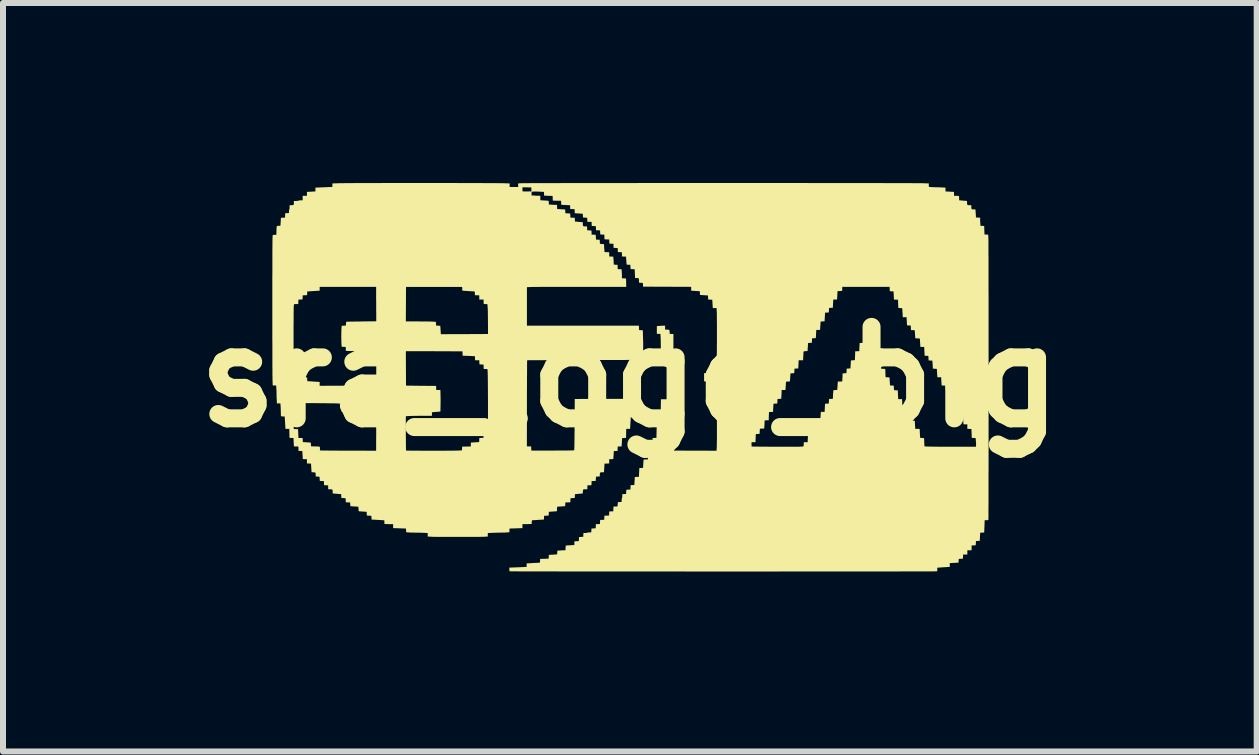
<source format=kicad_pcb>
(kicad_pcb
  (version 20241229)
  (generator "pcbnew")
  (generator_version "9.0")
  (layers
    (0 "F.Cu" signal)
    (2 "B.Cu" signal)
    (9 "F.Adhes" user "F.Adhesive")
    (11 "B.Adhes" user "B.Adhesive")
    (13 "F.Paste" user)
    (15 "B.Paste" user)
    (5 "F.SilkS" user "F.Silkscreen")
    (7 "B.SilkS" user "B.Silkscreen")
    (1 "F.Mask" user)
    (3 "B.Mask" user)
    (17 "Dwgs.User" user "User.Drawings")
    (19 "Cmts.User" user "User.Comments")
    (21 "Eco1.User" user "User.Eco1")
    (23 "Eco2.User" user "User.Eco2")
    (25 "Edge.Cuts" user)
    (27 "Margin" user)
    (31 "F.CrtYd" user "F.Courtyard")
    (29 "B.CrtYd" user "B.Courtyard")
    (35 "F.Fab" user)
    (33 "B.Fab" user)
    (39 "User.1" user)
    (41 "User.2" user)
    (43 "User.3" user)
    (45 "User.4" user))
  (footprint "sra_logo_big"
    (layer "F.Cu")
    (at 7.446 3.232)
    (property "Reference" "sra_logo_big" (at 0 0 0) (layer "F.SilkS") (effects (font (size 1.524 1.524) (thickness 0.3))))
    (attr board_only exclude_from_pos_files exclude_from_bom)
    (fp_poly (pts (xy 0.587 -0.789) (xy 0.619 -0.789) (xy 0.637 -0.788) (xy 0.651 -0.786) (xy 0.656 -0.783) (xy 0.66 -0.775) (xy 0.662 -0.76) (xy 0.663 -0.748) (xy 0.663 -0.719) (xy 0.694 -0.717) (xy 0.726 -0.716) (xy 0.726 -0.432) (xy 0.692 -0.431) (xy 0.658 -0.429) (xy 0.658 -0.349) (xy 0.636 -0.349) (xy 0.62 -0.349) (xy 0.599 -0.348) (xy 0.575 -0.346) (xy 0.569 -0.346) (xy 0.548 -0.345) (xy 0.532 -0.345) (xy 0.521 -0.346) (xy 0.52 -0.347) (xy 0.519 -0.353) (xy 0.518 -0.367) (xy 0.517 -0.389) (xy 0.516 -0.417) (xy 0.516 -0.45) (xy 0.516 -0.481) (xy 0.516 -0.519) (xy 0.515 -0.558) (xy 0.515 -0.595) (xy 0.514 -0.627) (xy 0.513 -0.653) (xy 0.513 -0.664) (xy 0.509 -0.718) (xy 0.45 -0.718) (xy 0.45 -0.848) (xy 0.496 -0.851) (xy 0.52 -0.853) (xy 0.543 -0.854) (xy 0.561 -0.855) (xy 0.565 -0.855) (xy 0.587 -0.855)) (stroke (width 0) (type solid)) (fill yes) (layer "F.SilkS"))
    (fp_poly (pts (xy -3.401 -3.232) (xy -3.296 -3.232) (xy -3.192 -3.232) (xy -3.09 -3.232) (xy -2.99 -3.232) (xy -2.892 -3.232) (xy -2.798 -3.231) (xy -2.707 -3.231) (xy -2.621 -3.231) (xy -2.539 -3.231) (xy -2.463 -3.231) (xy -2.392 -3.23) (xy -2.328 -3.23) (xy -2.272 -3.23) (xy -2.222 -3.23) (xy -2.181 -3.229) (xy -2.148 -3.229) (xy -2.125 -3.229) (xy -2.115 -3.229) (xy -2.003 -3.225) (xy -2.003 -3.166) (xy -1.861 -3.166) (xy -1.861 -3.225) (xy -1.804 -3.229) (xy -1.796 -3.229) (xy -1.777 -3.229) (xy -1.749 -3.229) (xy -1.712 -3.229) (xy -1.666 -3.23) (xy -1.612 -3.23) (xy -1.55 -3.23) (xy -1.479 -3.23) (xy -1.402 -3.23) (xy -1.317 -3.23) (xy -1.225 -3.23) (xy -1.126 -3.231) (xy -1.022 -3.231) (xy -0.912 -3.231) (xy -0.796 -3.231) (xy -0.674 -3.231) (xy -0.548 -3.231) (xy -0.418 -3.231) (xy -0.283 -3.231) (xy -0.144 -3.231) (xy -0.002 -3.231) (xy 0.143 -3.232) (xy 0.292 -3.232) (xy 0.443 -3.232) (xy 0.596 -3.232) (xy 0.752 -3.232) (xy 0.908 -3.232) (xy 1.067 -3.232) (xy 1.226 -3.232) (xy 1.385 -3.232) (xy 1.546 -3.232) (xy 1.706 -3.232) (xy 1.865 -3.232) (xy 2.024 -3.232) (xy 2.182 -3.232) (xy 2.339 -3.232) (xy 2.494 -3.232) (xy 2.647 -3.232) (xy 2.798 -3.232) (xy 2.946 -3.232) (xy 3.091 -3.231) (xy 3.233 -3.231) (xy 3.371 -3.231) (xy 3.505 -3.231) (xy 3.635 -3.231) (xy 3.76 -3.231) (xy 3.881 -3.231) (xy 3.996 -3.231) (xy 4.106 -3.231) (xy 4.209 -3.231) (xy 4.307 -3.23) (xy 4.398 -3.23) (xy 4.482 -3.23) (xy 4.559 -3.23) (xy 4.628 -3.23) (xy 4.689 -3.23) (xy 4.742 -3.229) (xy 4.787 -3.229) (xy 4.823 -3.229) (xy 4.85 -3.229) (xy 4.867 -3.229) (xy 4.872 -3.229) (xy 4.982 -3.225) (xy 4.982 -3.168) (xy 5.031 -3.164) (xy 5.059 -3.163) (xy 5.088 -3.162) (xy 5.115 -3.161) (xy 5.121 -3.161) (xy 5.145 -3.161) (xy 5.175 -3.16) (xy 5.203 -3.158) (xy 5.211 -3.158) (xy 5.26 -3.155) (xy 5.26 -3.092) (xy 5.331 -3.088) (xy 5.402 -3.084) (xy 5.402 -3.02) (xy 5.443 -3.018) (xy 5.485 -3.017) (xy 5.487 -2.981) (xy 5.488 -2.944) (xy 5.521 -2.942) (xy 5.545 -2.939) (xy 5.572 -2.937) (xy 5.586 -2.936) (xy 5.619 -2.933) (xy 5.619 -2.904) (xy 5.62 -2.887) (xy 5.623 -2.874) (xy 5.625 -2.869) (xy 5.633 -2.865) (xy 5.648 -2.863) (xy 5.661 -2.863) (xy 5.69 -2.863) (xy 5.69 -2.833) (xy 5.691 -2.816) (xy 5.694 -2.803) (xy 5.696 -2.798) (xy 5.704 -2.795) (xy 5.719 -2.792) (xy 5.731 -2.792) (xy 5.759 -2.792) (xy 5.764 -2.725) (xy 5.768 -2.658) (xy 5.802 -2.656) (xy 5.837 -2.655) (xy 5.837 -2.633) (xy 5.837 -2.618) (xy 5.838 -2.597) (xy 5.839 -2.573) (xy 5.84 -2.565) (xy 5.843 -2.519) (xy 5.874 -2.518) (xy 5.905 -2.516) (xy 5.907 -2.445) (xy 5.91 -2.375) (xy 5.941 -2.373) (xy 5.972 -2.372) (xy 5.975 -2.315) (xy 5.975 -2.306) (xy 5.975 -2.287) (xy 5.976 -2.259) (xy 5.976 -2.223) (xy 5.976 -2.178) (xy 5.976 -2.124) (xy 5.976 -2.064) (xy 5.977 -1.995) (xy 5.977 -1.92) (xy 5.977 -1.839) (xy 5.977 -1.751) (xy 5.977 -1.658) (xy 5.977 -1.559) (xy 5.977 -1.455) (xy 5.978 -1.347) (xy 5.978 -1.234) (xy 5.978 -1.118) (xy 5.978 -0.998) (xy 5.978 -0.875) (xy 5.978 -0.749) (xy 5.978 -0.621) (xy 5.978 -0.491) (xy 5.978 -0.36) (xy 5.978 -0.228) (xy 5.978 -0.094) (xy 5.978 0.039) (xy 5.978 0.173) (xy 5.978 0.306) (xy 5.978 0.438) (xy 5.978 0.569) (xy 5.978 0.699) (xy 5.978 0.827) (xy 5.978 0.952) (xy 5.978 1.074) (xy 5.978 1.194) (xy 5.978 1.31) (xy 5.978 1.422) (xy 5.978 1.53) (xy 5.977 1.633) (xy 5.977 1.732) (xy 5.977 1.824) (xy 5.977 1.911) (xy 5.977 1.992) (xy 5.977 2.067) (xy 5.977 2.134) (xy 5.976 2.194) (xy 5.976 2.246) (xy 5.976 2.291) (xy 5.976 2.326) (xy 5.976 2.353) (xy 5.975 2.371) (xy 5.975 2.379) (xy 5.975 2.379) (xy 5.97 2.384) (xy 5.96 2.387) (xy 5.942 2.387) (xy 5.913 2.387) (xy 5.912 2.411) (xy 5.911 2.425) (xy 5.911 2.446) (xy 5.91 2.472) (xy 5.909 2.501) (xy 5.908 2.514) (xy 5.905 2.592) (xy 5.871 2.594) (xy 5.838 2.595) (xy 5.831 2.731) (xy 5.799 2.732) (xy 5.768 2.734) (xy 5.766 2.769) (xy 5.763 2.805) (xy 5.729 2.806) (xy 5.695 2.808) (xy 5.695 2.888) (xy 5.624 2.888) (xy 5.624 2.959) (xy 5.554 2.959) (xy 5.552 2.993) (xy 5.551 3.027) (xy 5.515 3.03) (xy 5.48 3.032) (xy 5.479 3.063) (xy 5.477 3.094) (xy 5.404 3.098) (xy 5.331 3.102) (xy 5.331 3.165) (xy 5.276 3.168) (xy 5.247 3.17) (xy 5.214 3.172) (xy 5.183 3.174) (xy 5.173 3.175) (xy 5.123 3.178) (xy 5.123 3.207) (xy 5.123 3.225) (xy 5.12 3.235) (xy 5.115 3.239) (xy 5.11 3.239) (xy 5.095 3.239) (xy 5.07 3.239) (xy 5.036 3.24) (xy 4.993 3.24) (xy 4.942 3.24) (xy 4.882 3.24) (xy 4.815 3.24) (xy 4.74 3.24) (xy 4.657 3.24) (xy 4.568 3.24) (xy 4.472 3.241) (xy 4.369 3.241) (xy 4.261 3.241) (xy 4.146 3.241) (xy 4.027 3.241) (xy 3.902 3.241) (xy 3.772 3.241) (xy 3.638 3.241) (xy 3.5 3.241) (xy 3.357 3.241) (xy 3.212 3.241) (xy 3.063 3.241) (xy 2.911 3.241) (xy 2.756 3.241) (xy 2.599 3.241) (xy 2.44 3.242) (xy 2.279 3.242) (xy 2.117 3.242) (xy 1.954 3.242) (xy 1.791 3.242) (xy 1.626 3.242) (xy 1.462 3.242) (xy 1.298 3.242) (xy 1.134 3.242) (xy 0.971 3.242) (xy 0.809 3.241) (xy 0.649 3.241) (xy 0.49 3.241) (xy 0.334 3.241) (xy 0.179 3.241) (xy 0.028 3.241) (xy -0.121 3.241) (xy -0.266 3.241) (xy -0.408 3.241) (xy -0.545 3.241) (xy -0.679 3.241) (xy -0.808 3.241) (xy -0.932 3.241) (xy -1.051 3.241) (xy -1.164 3.241) (xy -1.272 3.24) (xy -1.373 3.24) (xy -1.468 3.24) (xy -1.557 3.24) (xy -1.638 3.24) (xy -1.712 3.24) (xy -1.778 3.24) (xy -1.837 3.24) (xy -1.887 3.239) (xy -1.928 3.239) (xy -1.961 3.239) (xy -1.984 3.239) (xy -1.998 3.239) (xy -2.002 3.239) (xy -2.006 3.232) (xy -2.008 3.216) (xy -2.008 3.207) (xy -2.008 3.177) (xy -1.928 3.174) (xy -1.894 3.173) (xy -1.856 3.171) (xy -1.82 3.17) (xy -1.789 3.168) (xy -1.784 3.168) (xy -1.72 3.165) (xy -1.72 3.107) (xy -1.62 3.101) (xy -1.588 3.099) (xy -1.56 3.098) (xy -1.536 3.097) (xy -1.518 3.096) (xy -1.509 3.095) (xy -1.509 3.095) (xy -1.503 3.094) (xy -1.499 3.09) (xy -1.497 3.08) (xy -1.496 3.064) (xy -1.495 3.032) (xy -1.424 3.03) (xy -1.353 3.027) (xy -1.351 2.996) (xy -1.35 2.965) (xy -1.281 2.961) (xy -1.211 2.956) (xy -1.21 2.925) (xy -1.208 2.895) (xy -1.162 2.891) (xy -1.139 2.89) (xy -1.116 2.889) (xy -1.098 2.888) (xy -1.094 2.888) (xy -1.073 2.888) (xy -1.071 2.849) (xy -1.07 2.828) (xy -1.068 2.815) (xy -1.065 2.81) (xy -1.062 2.809) (xy -1.054 2.808) (xy -1.039 2.807) (xy -1.017 2.806) (xy -0.993 2.804) (xy -0.99 2.804) (xy -0.926 2.801) (xy -0.923 2.739) (xy -0.887 2.737) (xy -0.85 2.736) (xy -0.849 2.702) (xy -0.847 2.668) (xy -0.812 2.665) (xy -0.776 2.663) (xy -0.775 2.631) (xy -0.773 2.6) (xy -0.741 2.6) (xy -0.724 2.599) (xy -0.711 2.597) (xy -0.706 2.595) (xy -0.699 2.592) (xy -0.686 2.59) (xy -0.673 2.59) (xy -0.643 2.59) (xy -0.641 2.558) (xy -0.64 2.526) (xy -0.569 2.521) (xy -0.568 2.487) (xy -0.566 2.453) (xy -0.532 2.452) (xy -0.498 2.45) (xy -0.497 2.417) (xy -0.495 2.383) (xy -0.461 2.381) (xy -0.427 2.38) (xy -0.424 2.312) (xy -0.346 2.309) (xy -0.345 2.275) (xy -0.343 2.241) (xy -0.31 2.24) (xy -0.276 2.238) (xy -0.273 2.16) (xy -0.205 2.157) (xy -0.2 2.086) (xy -0.137 2.083) (xy -0.137 2.054) (xy -0.136 2.037) (xy -0.134 2.025) (xy -0.132 2.021) (xy -0.129 2.014) (xy -0.127 2.001) (xy -0.126 1.985) (xy -0.126 1.953) (xy -0.095 1.951) (xy -0.063 1.95) (xy -0.061 1.914) (xy -0.058 1.879) (xy -0.024 1.877) (xy 0.01 1.876) (xy 0.011 1.84) (xy 0.013 1.803) (xy 0.044 1.802) (xy 0.075 1.8) (xy 0.079 1.733) (xy 0.083 1.667) (xy 0.151 1.664) (xy 0.158 1.518) (xy 0.189 1.516) (xy 0.22 1.515) (xy 0.224 1.445) (xy 0.229 1.376) (xy 0.265 1.375) (xy 0.301 1.373) (xy 0.303 1.302) (xy 0.306 1.232) (xy 0.339 1.229) (xy 0.372 1.227) (xy 0.375 1.146) (xy 0.376 1.116) (xy 0.377 1.088) (xy 0.378 1.064) (xy 0.378 1.046) (xy 0.379 1.041) (xy 0.379 1.017) (xy 0.411 1.016) (xy 0.443 1.014) (xy 0.446 0.89) (xy 0.447 0.854) (xy 0.447 0.821) (xy 0.448 0.791) (xy 0.449 0.767) (xy 0.449 0.751) (xy 0.449 0.745) (xy 0.45 0.723) (xy 0.48 0.723) (xy 0.497 0.723) (xy 0.506 0.722) (xy 0.51 0.718) (xy 0.511 0.711) (xy 0.512 0.709) (xy 0.512 0.701) (xy 0.512 0.684) (xy 0.513 0.659) (xy 0.513 0.629) (xy 0.514 0.593) (xy 0.515 0.554) (xy 0.515 0.534) (xy 0.518 0.372) (xy 0.655 0.372) (xy 0.656 0.406) (xy 0.658 0.44) (xy 0.692 0.441) (xy 0.726 0.443) (xy 0.728 0.835) (xy 0.731 1.227) (xy 1.445 1.229) (xy 1.448 1.175) (xy 1.449 1.16) (xy 1.449 1.158) (xy 2.028 1.158) (xy 2.062 1.16) (xy 2.073 1.16) (xy 2.092 1.16) (xy 2.121 1.16) (xy 2.156 1.161) (xy 2.199 1.161) (xy 2.247 1.161) (xy 2.3 1.162) (xy 2.357 1.162) (xy 2.418 1.162) (xy 2.481 1.162) (xy 2.491 1.162) (xy 2.568 1.162) (xy 2.635 1.163) (xy 2.693 1.162) (xy 2.742 1.162) (xy 2.784 1.162) (xy 2.818 1.162) (xy 2.845 1.161) (xy 2.865 1.16) (xy 2.879 1.159) (xy 2.888 1.158) (xy 2.892 1.157) (xy 2.892 1.157) (xy 2.895 1.149) (xy 2.898 1.134) (xy 2.898 1.119) (xy 2.898 1.087) (xy 2.963 1.087) (xy 2.966 1.019) (xy 2.97 0.951) (xy 3.001 0.95) (xy 3.032 0.948) (xy 3.034 0.907) (xy 3.035 0.865) (xy 3.099 0.865) (xy 3.104 0.795) (xy 3.108 0.726) (xy 3.174 0.721) (xy 3.178 0.651) (xy 3.183 0.582) (xy 3.246 0.582) (xy 3.249 0.514) (xy 3.253 0.446) (xy 3.315 0.443) (xy 3.32 0.367) (xy 3.352 0.365) (xy 3.383 0.364) (xy 3.386 0.299) (xy 3.387 0.274) (xy 3.389 0.253) (xy 3.39 0.236) (xy 3.39 0.228) (xy 3.39 0.228) (xy 3.394 0.223) (xy 3.405 0.22) (xy 3.424 0.217) (xy 3.457 0.215) (xy 3.461 0.145) (xy 3.466 0.076) (xy 3.539 0.076) (xy 3.543 0.008) (xy 3.546 -0.06) (xy 3.578 -0.062) (xy 3.609 -0.063) (xy 3.614 -0.139) (xy 3.645 -0.141) (xy 3.676 -0.142) (xy 3.68 -0.209) (xy 3.685 -0.276) (xy 3.717 -0.278) (xy 3.75 -0.281) (xy 3.753 -0.354) (xy 3.755 -0.427) (xy 3.79 -0.429) (xy 3.824 -0.43) (xy 3.824 -0.452) (xy 3.824 -0.467) (xy 3.825 -0.489) (xy 3.826 -0.512) (xy 3.827 -0.52) (xy 3.83 -0.566) (xy 3.861 -0.568) (xy 3.892 -0.569) (xy 3.897 -0.64) (xy 3.963 -0.64) (xy 3.965 -0.572) (xy 3.968 -0.503) (xy 4.001 -0.501) (xy 4.034 -0.498) (xy 4.038 -0.426) (xy 4.042 -0.354) (xy 4.073 -0.353) (xy 4.104 -0.352) (xy 4.109 -0.276) (xy 4.182 -0.273) (xy 4.185 -0.205) (xy 4.189 -0.137) (xy 4.223 -0.136) (xy 4.256 -0.134) (xy 4.259 -0.066) (xy 4.261 0.003) (xy 4.327 0.008) (xy 4.331 0.074) (xy 4.336 0.141) (xy 4.367 0.143) (xy 4.398 0.144) (xy 4.4 0.182) (xy 4.403 0.22) (xy 4.434 0.222) (xy 4.465 0.223) (xy 4.468 0.296) (xy 4.472 0.369) (xy 4.536 0.369) (xy 4.54 0.439) (xy 4.544 0.508) (xy 4.577 0.511) (xy 4.61 0.513) (xy 4.619 0.647) (xy 4.65 0.648) (xy 4.681 0.65) (xy 4.683 0.688) (xy 4.686 0.726) (xy 4.717 0.727) (xy 4.748 0.729) (xy 4.752 0.797) (xy 4.756 0.865) (xy 4.829 0.865) (xy 4.833 0.939) (xy 4.838 1.014) (xy 4.871 1.017) (xy 4.903 1.019) (xy 4.906 1.087) (xy 4.909 1.156) (xy 4.946 1.159) (xy 4.958 1.159) (xy 4.978 1.16) (xy 5.007 1.16) (xy 5.043 1.161) (xy 5.086 1.161) (xy 5.134 1.162) (xy 5.188 1.162) (xy 5.245 1.162) (xy 5.306 1.162) (xy 5.369 1.163) (xy 5.375 1.163) (xy 5.766 1.163) (xy 5.769 1.151) (xy 5.769 1.142) (xy 5.77 1.124) (xy 5.769 1.102) (xy 5.767 1.079) (xy 5.763 1.019) (xy 5.73 1.017) (xy 5.698 1.014) (xy 5.695 0.941) (xy 5.692 0.867) (xy 5.658 0.866) (xy 5.624 0.864) (xy 5.624 0.789) (xy 5.56 0.789) (xy 5.555 0.719) (xy 5.551 0.65) (xy 5.52 0.648) (xy 5.489 0.647) (xy 5.48 0.513) (xy 5.404 0.508) (xy 5.402 0.44) (xy 5.399 0.372) (xy 5.332 0.369) (xy 5.325 0.223) (xy 5.294 0.222) (xy 5.263 0.22) (xy 5.26 0.182) (xy 5.258 0.144) (xy 5.227 0.143) (xy 5.196 0.141) (xy 5.193 0.095) (xy 5.191 0.071) (xy 5.19 0.049) (xy 5.189 0.031) (xy 5.189 0.027) (xy 5.189 0.005) (xy 5.125 0.005) (xy 5.12 -0.064) (xy 5.116 -0.134) (xy 5.083 -0.137) (xy 5.05 -0.139) (xy 5.046 -0.206) (xy 5.041 -0.273) (xy 5.01 -0.274) (xy 4.979 -0.276) (xy 4.974 -0.352) (xy 4.912 -0.354) (xy 4.909 -0.428) (xy 4.905 -0.501) (xy 4.842 -0.501) (xy 4.837 -0.57) (xy 4.833 -0.64) (xy 4.757 -0.645) (xy 4.752 -0.712) (xy 4.748 -0.778) (xy 4.717 -0.78) (xy 4.686 -0.781) (xy 4.683 -0.819) (xy 4.681 -0.857) (xy 4.619 -0.86) (xy 4.611 -0.996) (xy 4.548 -0.996) (xy 4.544 -1.071) (xy 4.539 -1.146) (xy 4.506 -1.148) (xy 4.474 -1.151) (xy 4.471 -1.219) (xy 4.469 -1.287) (xy 4.435 -1.289) (xy 4.401 -1.29) (xy 4.398 -1.358) (xy 4.394 -1.426) (xy 4.332 -1.429) (xy 4.33 -1.465) (xy 4.329 -1.502) (xy 3.541 -1.502) (xy 3.539 -1.468) (xy 3.538 -1.434) (xy 3.499 -1.432) (xy 3.461 -1.431) (xy 3.453 -1.29) (xy 3.39 -1.29) (xy 3.386 -1.222) (xy 3.383 -1.154) (xy 3.352 -1.152) (xy 3.32 -1.151) (xy 3.318 -1.113) (xy 3.315 -1.075) (xy 3.284 -1.073) (xy 3.253 -1.072) (xy 3.249 -1) (xy 3.245 -0.928) (xy 3.212 -0.926) (xy 3.179 -0.923) (xy 3.174 -0.853) (xy 3.17 -0.784) (xy 3.107 -0.784) (xy 3.103 -0.716) (xy 3.099 -0.648) (xy 3.068 -0.646) (xy 3.037 -0.645) (xy 3.032 -0.569) (xy 3.001 -0.568) (xy 2.97 -0.566) (xy 2.961 -0.432) (xy 2.929 -0.431) (xy 2.911 -0.429) (xy 2.899 -0.426) (xy 2.896 -0.423) (xy 2.895 -0.416) (xy 2.893 -0.401) (xy 2.892 -0.38) (xy 2.891 -0.355) (xy 2.89 -0.348) (xy 2.887 -0.278) (xy 2.813 -0.278) (xy 2.81 -0.21) (xy 2.806 -0.142) (xy 2.744 -0.139) (xy 2.739 -0.063) (xy 2.677 -0.06) (xy 2.672 0.007) (xy 2.668 0.073) (xy 2.635 0.076) (xy 2.602 0.078) (xy 2.598 0.148) (xy 2.593 0.217) (xy 2.529 0.217) (xy 2.529 0.242) (xy 2.528 0.257) (xy 2.528 0.28) (xy 2.526 0.304) (xy 2.526 0.315) (xy 2.522 0.364) (xy 2.491 0.365) (xy 2.461 0.367) (xy 2.456 0.443) (xy 2.425 0.444) (xy 2.394 0.446) (xy 2.391 0.492) (xy 2.389 0.515) (xy 2.388 0.538) (xy 2.387 0.555) (xy 2.387 0.559) (xy 2.387 0.581) (xy 2.353 0.583) (xy 2.319 0.584) (xy 2.316 0.652) (xy 2.314 0.721) (xy 2.28 0.722) (xy 2.246 0.724) (xy 2.246 0.745) (xy 2.245 0.761) (xy 2.244 0.782) (xy 2.243 0.806) (xy 2.242 0.813) (xy 2.239 0.859) (xy 2.167 0.862) (xy 2.162 0.948) (xy 2.131 0.95) (xy 2.1 0.951) (xy 2.097 0.997) (xy 2.096 1.021) (xy 2.095 1.044) (xy 2.094 1.061) (xy 2.094 1.065) (xy 2.094 1.087) (xy 2.028 1.087) (xy 2.028 1.158) (xy 1.449 1.158) (xy 1.449 1.136) (xy 1.45 1.103) (xy 1.45 1.064) (xy 1.451 1.019) (xy 1.451 0.969) (xy 1.451 0.916) (xy 1.451 0.859) (xy 1.451 0.801) (xy 1.451 0.742) (xy 1.451 0.683) (xy 1.451 0.626) (xy 1.45 0.571) (xy 1.45 0.519) (xy 1.45 0.472) (xy 1.449 0.43) (xy 1.449 0.395) (xy 1.448 0.367) (xy 1.448 0.348) (xy 1.447 0.341) (xy 1.444 0.296) (xy 1.413 0.294) (xy 1.382 0.293) (xy 1.375 0.147) (xy 1.307 0.144) (xy 1.306 0.11) (xy 1.304 0.076) (xy 1.271 0.075) (xy 1.237 0.073) (xy 1.237 -0.063) (xy 1.271 -0.065) (xy 1.304 -0.066) (xy 1.306 -0.1) (xy 1.307 -0.134) (xy 1.341 -0.136) (xy 1.375 -0.137) (xy 1.378 -0.205) (xy 1.382 -0.273) (xy 1.444 -0.276) (xy 1.447 -0.319) (xy 1.448 -0.333) (xy 1.449 -0.356) (xy 1.449 -0.387) (xy 1.45 -0.425) (xy 1.45 -0.469) (xy 1.45 -0.517) (xy 1.451 -0.569) (xy 1.451 -0.624) (xy 1.451 -0.681) (xy 1.451 -0.738) (xy 1.451 -0.794) (xy 1.451 -0.849) (xy 1.451 -0.9) (xy 1.45 -0.949) (xy 1.45 -0.992) (xy 1.45 -1.029) (xy 1.449 -1.059) (xy 1.449 -1.082) (xy 1.448 -1.091) (xy 1.445 -1.148) (xy 1.382 -1.148) (xy 1.378 -1.218) (xy 1.373 -1.287) (xy 1.339 -1.289) (xy 1.305 -1.29) (xy 1.304 -1.324) (xy 1.302 -1.358) (xy 1.169 -1.367) (xy 1.167 -1.398) (xy 1.166 -1.429) (xy 1.022 -1.438) (xy 1.022 -1.502) (xy 0.22 -1.505) (xy 0.219 -1.536) (xy 0.217 -1.567) (xy 0.186 -1.569) (xy 0.154 -1.57) (xy 0.149 -1.646) (xy 0.118 -1.648) (xy 0.087 -1.649) (xy 0.084 -1.722) (xy 0.08 -1.795) (xy 0.046 -1.797) (xy 0.013 -1.798) (xy 0.01 -1.833) (xy 0.008 -1.869) (xy -0.054 -1.872) (xy -0.059 -1.939) (xy -0.063 -2.005) (xy -0.097 -2.007) (xy -0.132 -2.008) (xy -0.132 -2.078) (xy -0.166 -2.08) (xy -0.2 -2.081) (xy -0.201 -2.115) (xy -0.203 -2.149) (xy -0.271 -2.152) (xy -0.274 -2.22) (xy -0.307 -2.221) (xy -0.341 -2.223) (xy -0.344 -2.291) (xy -0.422 -2.294) (xy -0.424 -2.333) (xy -0.425 -2.372) (xy -0.459 -2.373) (xy -0.493 -2.375) (xy -0.496 -2.442) (xy -0.53 -2.444) (xy -0.564 -2.445) (xy -0.565 -2.479) (xy -0.567 -2.513) (xy -0.601 -2.515) (xy -0.635 -2.516) (xy -0.636 -2.55) (xy -0.638 -2.585) (xy -0.708 -2.585) (xy -0.709 -2.619) (xy -0.711 -2.653) (xy -0.781 -2.658) (xy -0.783 -2.689) (xy -0.784 -2.72) (xy -0.918 -2.729) (xy -0.919 -2.763) (xy -0.921 -2.796) (xy -0.957 -2.798) (xy -0.994 -2.799) (xy -0.995 -2.831) (xy -0.997 -2.862) (xy -1.143 -2.869) (xy -1.146 -2.936) (xy -1.215 -2.937) (xy -1.284 -2.939) (xy -1.287 -3.017) (xy -1.358 -3.019) (xy -1.429 -3.022) (xy -1.43 -3.053) (xy -1.432 -3.084) (xy -1.499 -3.088) (xy -1.528 -3.089) (xy -1.557 -3.09) (xy -1.582 -3.09) (xy -1.601 -3.089) (xy -1.636 -3.088) (xy -1.638 -3.057) (xy -1.639 -3.026) (xy -1.59 -3.023) (xy -1.565 -3.021) (xy -1.541 -3.02) (xy -1.522 -3.02) (xy -1.516 -3.02) (xy -1.492 -3.019) (xy -1.492 -2.945) (xy -1.428 -2.941) (xy -1.403 -2.94) (xy -1.381 -2.938) (xy -1.365 -2.937) (xy -1.357 -2.936) (xy -1.357 -2.936) (xy -1.353 -2.929) (xy -1.351 -2.914) (xy -1.35 -2.904) (xy -1.35 -2.874) (xy -1.304 -2.871) (xy -1.28 -2.87) (xy -1.258 -2.868) (xy -1.24 -2.868) (xy -1.236 -2.868) (xy -1.214 -2.868) (xy -1.213 -2.834) (xy -1.211 -2.799) (xy -1.078 -2.791) (xy -1.076 -2.76) (xy -1.075 -2.729) (xy -1.034 -2.726) (xy -0.994 -2.724) (xy -0.992 -2.69) (xy -0.991 -2.656) (xy -0.954 -2.654) (xy -0.918 -2.653) (xy -0.916 -2.622) (xy -0.915 -2.59) (xy -0.884 -2.588) (xy -0.861 -2.585) (xy -0.834 -2.583) (xy -0.818 -2.582) (xy -0.784 -2.579) (xy -0.784 -2.55) (xy -0.783 -2.533) (xy -0.78 -2.52) (xy -0.778 -2.515) (xy -0.77 -2.511) (xy -0.755 -2.509) (xy -0.743 -2.509) (xy -0.714 -2.509) (xy -0.712 -2.477) (xy -0.711 -2.445) (xy -0.675 -2.443) (xy -0.64 -2.44) (xy -0.638 -2.406) (xy -0.637 -2.373) (xy -0.603 -2.371) (xy -0.569 -2.37) (xy -0.566 -2.329) (xy -0.564 -2.289) (xy -0.501 -2.286) (xy -0.501 -2.258) (xy -0.5 -2.238) (xy -0.498 -2.225) (xy -0.491 -2.218) (xy -0.479 -2.216) (xy -0.463 -2.215) (xy -0.431 -2.215) (xy -0.427 -2.148) (xy -0.422 -2.081) (xy -0.383 -2.08) (xy -0.344 -2.078) (xy -0.344 -2.008) (xy -0.31 -2.007) (xy -0.276 -2.005) (xy -0.271 -1.939) (xy -0.267 -1.872) (xy -0.236 -1.87) (xy -0.205 -1.869) (xy -0.202 -1.796) (xy -0.138 -1.796) (xy -0.135 -1.746) (xy -0.133 -1.721) (xy -0.132 -1.697) (xy -0.132 -1.677) (xy -0.132 -1.671) (xy -0.132 -1.644) (xy -0.097 -1.643) (xy -0.063 -1.641) (xy -0.06 -1.502) (xy -0.834 -1.502) (xy -0.922 -1.502) (xy -1.009 -1.502) (xy -1.092 -1.502) (xy -1.173 -1.502) (xy -1.249 -1.502) (xy -1.321 -1.501) (xy -1.387 -1.501) (xy -1.448 -1.501) (xy -1.503 -1.501) (xy -1.55 -1.5) (xy -1.59 -1.5) (xy -1.622 -1.5) (xy -1.645 -1.499) (xy -1.659 -1.499) (xy -1.661 -1.499) (xy -1.715 -1.496) (xy -1.715 -0.855) (xy 0.151 -0.855) (xy 0.154 -0.781) (xy 0.216 -0.778) (xy 0.219 -0.676) (xy 0.221 -0.621) (xy 0.222 -0.566) (xy 0.222 -0.511) (xy 0.222 -0.459) (xy 0.222 -0.412) (xy 0.221 -0.371) (xy 0.22 -0.338) (xy 0.219 -0.333) (xy 0.216 -0.284) (xy -0.746 -0.282) (xy -0.844 -0.282) (xy -0.939 -0.282) (xy -1.031 -0.282) (xy -1.12 -0.281) (xy -1.204 -0.281) (xy -1.283 -0.281) (xy -1.357 -0.281) (xy -1.426 -0.28) (xy -1.488 -0.28) (xy -1.544 -0.28) (xy -1.593 -0.28) (xy -1.634 -0.279) (xy -1.667 -0.279) (xy -1.691 -0.279) (xy -1.706 -0.278) (xy -1.711 -0.278) (xy -1.711 -0.278) (xy -1.712 -0.273) (xy -1.712 -0.258) (xy -1.712 -0.234) (xy -1.713 -0.202) (xy -1.713 -0.162) (xy -1.713 -0.115) (xy -1.713 -0.061) (xy -1.714 -0.001) (xy -1.714 0.065) (xy -1.714 0.135) (xy -1.715 0.21) (xy -1.715 0.289) (xy -1.715 0.371) (xy -1.715 0.44) (xy -1.716 1.156) (xy -1.68 1.157) (xy -1.644 1.159) (xy -1.643 1.193) (xy -1.641 1.227) (xy -1.286 1.227) (xy -1.227 1.226) (xy -1.171 1.226) (xy -1.119 1.226) (xy -1.071 1.226) (xy -1.029 1.225) (xy -0.993 1.225) (xy -0.964 1.224) (xy -0.943 1.223) (xy -0.93 1.223) (xy -0.927 1.222) (xy -0.927 1.217) (xy -0.926 1.202) (xy -0.925 1.178) (xy -0.924 1.147) (xy -0.924 1.108) (xy -0.923 1.063) (xy -0.922 1.013) (xy -0.922 0.957) (xy -0.921 0.898) (xy -0.921 0.835) (xy -0.921 0.792) (xy -0.918 0.367) (xy -0.518 0.365) (xy -0.452 0.365) (xy -0.385 0.365) (xy -0.319 0.365) (xy -0.256 0.365) (xy -0.195 0.365) (xy -0.14 0.365) (xy -0.09 0.366) (xy -0.046 0.366) (xy -0.011 0.366) (xy 0.014 0.367) (xy 0.147 0.37) (xy 0.147 0.445) (xy 0.086 0.445) (xy 0.085 0.469) (xy 0.085 0.483) (xy 0.084 0.504) (xy 0.083 0.53) (xy 0.082 0.559) (xy 0.082 0.574) (xy 0.078 0.655) (xy 0.047 0.656) (xy 0.017 0.658) (xy 0.01 0.761) (xy 0.004 0.865) (xy -0.06 0.865) (xy -0.062 0.939) (xy -0.063 1.014) (xy -0.096 1.017) (xy -0.129 1.019) (xy -0.133 1.089) (xy -0.138 1.158) (xy -0.202 1.158) (xy -0.205 1.232) (xy -0.236 1.233) (xy -0.267 1.235) (xy -0.271 1.301) (xy -0.276 1.368) (xy -0.31 1.37) (xy -0.344 1.371) (xy -0.344 1.441) (xy -0.383 1.443) (xy -0.422 1.444) (xy -0.427 1.516) (xy -0.431 1.588) (xy -0.46 1.588) (xy -0.477 1.589) (xy -0.49 1.592) (xy -0.495 1.594) (xy -0.498 1.602) (xy -0.5 1.617) (xy -0.501 1.629) (xy -0.501 1.658) (xy -0.564 1.661) (xy -0.569 1.732) (xy -0.603 1.734) (xy -0.637 1.735) (xy -0.638 1.769) (xy -0.64 1.803) (xy -0.674 1.805) (xy -0.708 1.806) (xy -0.708 1.871) (xy -0.74 1.871) (xy -0.758 1.872) (xy -0.772 1.875) (xy -0.778 1.877) (xy -0.781 1.886) (xy -0.783 1.9) (xy -0.784 1.912) (xy -0.784 1.941) (xy -0.817 1.944) (xy -0.841 1.946) (xy -0.868 1.949) (xy -0.882 1.95) (xy -0.915 1.953) (xy -0.916 1.984) (xy -0.918 2.016) (xy -0.953 2.018) (xy -0.989 2.021) (xy -0.992 2.088) (xy -1.033 2.09) (xy -1.075 2.091) (xy -1.076 2.122) (xy -1.078 2.153) (xy -1.211 2.162) (xy -1.216 2.238) (xy -1.283 2.242) (xy -1.35 2.247) (xy -1.351 2.278) (xy -1.353 2.309) (xy -1.391 2.311) (xy -1.429 2.314) (xy -1.43 2.345) (xy -1.432 2.376) (xy -1.521 2.381) (xy -1.551 2.383) (xy -1.578 2.385) (xy -1.6 2.386) (xy -1.616 2.387) (xy -1.622 2.387) (xy -1.628 2.388) (xy -1.632 2.393) (xy -1.634 2.403) (xy -1.635 2.419) (xy -1.636 2.45) (xy -1.713 2.452) (xy -1.79 2.453) (xy -1.79 2.519) (xy -1.817 2.519) (xy -1.831 2.52) (xy -1.853 2.521) (xy -1.881 2.522) (xy -1.91 2.523) (xy -1.924 2.523) (xy -2.005 2.526) (xy -2.007 2.557) (xy -2.008 2.588) (xy -2.062 2.591) (xy -2.089 2.593) (xy -2.122 2.594) (xy -2.156 2.594) (xy -2.184 2.595) (xy -2.217 2.595) (xy -2.252 2.596) (xy -2.286 2.597) (xy -2.31 2.598) (xy -2.367 2.601) (xy -2.367 2.659) (xy -2.424 2.662) (xy -2.438 2.663) (xy -2.462 2.663) (xy -2.493 2.664) (xy -2.532 2.664) (xy -2.578 2.664) (xy -2.629 2.665) (xy -2.684 2.665) (xy -2.743 2.665) (xy -2.805 2.665) (xy -2.868 2.665) (xy -2.931 2.665) (xy -2.993 2.665) (xy -3.052 2.665) (xy -3.107 2.665) (xy -3.158 2.664) (xy -3.203 2.664) (xy -3.242 2.664) (xy -3.274 2.663) (xy -3.297 2.663) (xy -3.312 2.662) (xy -3.368 2.659) (xy -3.368 2.601) (xy -3.418 2.598) (xy -3.442 2.597) (xy -3.472 2.596) (xy -3.505 2.595) (xy -3.538 2.595) (xy -3.543 2.595) (xy -3.576 2.594) (xy -3.611 2.594) (xy -3.643 2.593) (xy -3.67 2.592) (xy -3.673 2.591) (xy -3.727 2.588) (xy -3.729 2.557) (xy -3.73 2.526) (xy -3.811 2.523) (xy -3.841 2.522) (xy -3.87 2.521) (xy -3.894 2.52) (xy -3.913 2.52) (xy -3.918 2.519) (xy -3.945 2.519) (xy -3.945 2.453) (xy -4.017 2.452) (xy -4.089 2.45) (xy -4.092 2.389) (xy -4.139 2.385) (xy -4.164 2.384) (xy -4.195 2.382) (xy -4.227 2.38) (xy -4.244 2.379) (xy -4.304 2.376) (xy -4.307 2.314) (xy -4.345 2.311) (xy -4.383 2.309) (xy -4.384 2.278) (xy -4.386 2.247) (xy -4.519 2.238) (xy -4.524 2.162) (xy -4.591 2.158) (xy -4.658 2.153) (xy -4.659 2.122) (xy -4.661 2.091) (xy -4.697 2.09) (xy -4.734 2.088) (xy -4.735 2.054) (xy -4.737 2.021) (xy -4.772 2.018) (xy -4.807 2.016) (xy -4.809 1.984) (xy -4.81 1.953) (xy -4.844 1.95) (xy -4.868 1.948) (xy -4.895 1.946) (xy -4.915 1.944) (xy -4.952 1.941) (xy -4.952 1.912) (xy -4.953 1.896) (xy -4.955 1.882) (xy -4.958 1.877) (xy -4.966 1.874) (xy -4.981 1.872) (xy -4.996 1.871) (xy -5.027 1.871) (xy -5.027 1.806) (xy -5.062 1.805) (xy -5.096 1.803) (xy -5.097 1.769) (xy -5.099 1.735) (xy -5.133 1.734) (xy -5.166 1.732) (xy -5.172 1.661) (xy -5.203 1.66) (xy -5.235 1.658) (xy -5.235 1.629) (xy -5.236 1.612) (xy -5.238 1.599) (xy -5.241 1.594) (xy -5.249 1.591) (xy -5.264 1.589) (xy -5.275 1.588) (xy -5.304 1.588) (xy -5.313 1.444) (xy -5.347 1.442) (xy -5.381 1.441) (xy -5.381 1.371) (xy -5.416 1.37) (xy -5.45 1.368) (xy -5.454 1.301) (xy -5.458 1.235) (xy -5.489 1.233) (xy -5.521 1.232) (xy -5.524 1.158) (xy -5.598 1.158) (xy -5.602 1.088) (xy -5.605 1.017) (xy -5.639 1.016) (xy -5.672 1.014) (xy -5.675 0.865) (xy -5.739 0.865) (xy -5.742 0.811) (xy -5.744 0.781) (xy -5.746 0.748) (xy -5.748 0.717) (xy -5.749 0.707) (xy -5.752 0.658) (xy -5.781 0.658) (xy -5.799 0.657) (xy -5.809 0.654) (xy -5.813 0.65) (xy -5.815 0.641) (xy -5.816 0.625) (xy -5.816 0.605) (xy -5.816 0.59) (xy -5.817 0.561) (xy -5.818 0.527) (xy -5.819 0.497) (xy -5.82 0.489) (xy -5.823 0.441) (xy -5.604 0.441) (xy -5.601 0.867) (xy -5.565 0.869) (xy -5.529 0.87) (xy -5.526 0.943) (xy -5.522 1.017) (xy -5.453 1.017) (xy -5.451 1.051) (xy -5.45 1.085) (xy -5.383 1.089) (xy -5.316 1.094) (xy -5.315 1.125) (xy -5.313 1.156) (xy -5.25 1.157) (xy -5.219 1.158) (xy -5.196 1.158) (xy -5.181 1.16) (xy -5.171 1.163) (xy -5.166 1.169) (xy -5.164 1.177) (xy -5.164 1.188) (xy -5.164 1.193) (xy -5.164 1.224) (xy -5.13 1.225) (xy -5.12 1.226) (xy -5.1 1.226) (xy -5.072 1.226) (xy -5.036 1.226) (xy -4.994 1.227) (xy -4.945 1.227) (xy -4.891 1.227) (xy -4.833 1.228) (xy -4.771 1.228) (xy -4.706 1.228) (xy -4.662 1.228) (xy -4.228 1.229) (xy -4.228 1.157) (xy -4.228 1.067) (xy -4.227 0.986) (xy -4.227 0.913) (xy -4.227 0.848) (xy -4.227 0.793) (xy -4.228 0.746) (xy -4.228 0.709) (xy -4.229 0.681) (xy -4.229 0.662) (xy -4.23 0.654) (xy -4.23 0.653) (xy -4.234 0.652) (xy -4.244 0.65) (xy -4.261 0.649) (xy -4.285 0.649) (xy -4.317 0.648) (xy -4.357 0.648) (xy -4.406 0.647) (xy -4.449 0.647) (xy -4.663 0.647) (xy -4.663 0.588) (xy -4.733 0.584) (xy -4.802 0.579) (xy -4.807 0.513) (xy -4.811 0.446) (xy -4.845 0.443) (xy -4.858 0.442) (xy -4.881 0.441) (xy -4.911 0.44) (xy -4.948 0.439) (xy -4.991 0.439) (xy -5.038 0.438) (xy -5.089 0.437) (xy -5.141 0.437) (xy -5.195 0.437) (xy -5.248 0.436) (xy -5.3 0.436) (xy -5.35 0.436) (xy -5.396 0.436) (xy -5.438 0.436) (xy -5.474 0.437) (xy -5.502 0.437) (xy -5.522 0.438) (xy -5.604 0.441) (xy -5.823 0.441) (xy -5.823 0.44) (xy -5.881 0.44) (xy -5.884 0.386) (xy -5.885 0.358) (xy -5.887 0.328) (xy -5.887 0.301) (xy -5.887 0.291) (xy -5.888 0.267) (xy -5.888 0.238) (xy -5.89 0.208) (xy -5.891 0.196) (xy -5.894 0.142) (xy -5.951 0.142) (xy -5.955 0.039) (xy -5.955 0.023) (xy -5.955 -0.002) (xy -5.956 -0.037) (xy -5.956 -0.079) (xy -5.956 -0.129) (xy -5.957 -0.185) (xy -5.957 -0.249) (xy -5.957 -0.318) (xy -5.957 -0.392) (xy -5.957 -0.471) (xy -5.957 -0.554) (xy -5.958 -0.641) (xy -5.958 -0.664) (xy -5.604 -0.664) (xy -5.604 -0.601) (xy -5.604 -0.54) (xy -5.604 -0.48) (xy -5.603 -0.423) (xy -5.603 -0.37) (xy -5.603 -0.322) (xy -5.603 -0.279) (xy -5.602 -0.244) (xy -5.602 -0.216) (xy -5.601 -0.196) (xy -5.601 -0.188) (xy -5.597 -0.142) (xy -5.562 -0.141) (xy -5.526 -0.139) (xy -5.524 -0.103) (xy -5.523 -0.066) (xy -5.489 -0.065) (xy -5.455 -0.063) (xy -5.453 -0.029) (xy -5.452 0.005) (xy -5.415 0.006) (xy -5.379 0.008) (xy -5.377 0.039) (xy -5.376 0.057) (xy -5.374 0.067) (xy -5.37 0.07) (xy -5.367 0.071) (xy -5.36 0.071) (xy -5.344 0.072) (xy -5.321 0.073) (xy -5.294 0.075) (xy -5.264 0.077) (xy -5.169 0.083) (xy -5.169 0.147) (xy -4.697 0.145) (xy -4.226 0.144) (xy -4.226 -0.142) (xy -4.226 -0.427) (xy -4.433 -0.43) (xy -3.733 -0.43) (xy -3.73 0.144) (xy -3.48 0.147) (xy -3.229 0.149) (xy -3.228 0.183) (xy -3.226 0.217) (xy -3.157 0.217) (xy -3.155 0.31) (xy -3.154 0.348) (xy -3.154 0.391) (xy -3.154 0.435) (xy -3.155 0.475) (xy -3.155 0.489) (xy -3.157 0.576) (xy -3.192 0.579) (xy -3.217 0.581) (xy -3.245 0.583) (xy -3.262 0.585) (xy -3.298 0.588) (xy -3.298 0.647) (xy -3.461 0.647) (xy -3.504 0.647) (xy -3.546 0.648) (xy -3.586 0.648) (xy -3.621 0.649) (xy -3.651 0.65) (xy -3.673 0.65) (xy -3.679 0.651) (xy -3.733 0.654) (xy -3.733 0.938) (xy -3.733 0.991) (xy -3.732 1.04) (xy -3.732 1.086) (xy -3.732 1.127) (xy -3.731 1.162) (xy -3.731 1.19) (xy -3.73 1.211) (xy -3.73 1.223) (xy -3.729 1.226) (xy -3.724 1.226) (xy -3.709 1.227) (xy -3.686 1.227) (xy -3.655 1.228) (xy -3.618 1.228) (xy -3.576 1.228) (xy -3.528 1.228) (xy -3.477 1.229) (xy -3.422 1.229) (xy -3.366 1.229) (xy -3.308 1.229) (xy -3.25 1.229) (xy -3.192 1.229) (xy -3.136 1.229) (xy -3.082 1.229) (xy -3.032 1.228) (xy -2.985 1.228) (xy -2.944 1.228) (xy -2.908 1.227) (xy -2.879 1.227) (xy -2.858 1.226) (xy -2.846 1.226) (xy -2.797 1.222) (xy -2.796 1.192) (xy -2.794 1.161) (xy -2.65 1.158) (xy -2.65 1.094) (xy -2.581 1.089) (xy -2.511 1.085) (xy -2.51 1.051) (xy -2.508 1.017) (xy -2.474 1.016) (xy -2.44 1.014) (xy -2.431 0.87) (xy -2.4 0.869) (xy -2.37 0.867) (xy -2.366 0.814) (xy -2.365 0.801) (xy -2.365 0.778) (xy -2.364 0.747) (xy -2.364 0.709) (xy -2.364 0.665) (xy -2.364 0.616) (xy -2.364 0.562) (xy -2.364 0.505) (xy -2.364 0.446) (xy -2.364 0.386) (xy -2.365 0.325) (xy -2.365 0.264) (xy -2.365 0.205) (xy -2.366 0.149) (xy -2.366 0.096) (xy -2.367 0.048) (xy -2.367 0.004) (xy -2.368 -0.032) (xy -2.369 -0.062) (xy -2.369 -0.083) (xy -2.37 -0.095) (xy -2.373 -0.131) (xy -2.404 -0.133) (xy -2.435 -0.134) (xy -2.437 -0.17) (xy -2.438 -0.207) (xy -2.472 -0.208) (xy -2.506 -0.21) (xy -2.508 -0.244) (xy -2.509 -0.278) (xy -2.579 -0.278) (xy -2.58 -0.312) (xy -2.582 -0.346) (xy -2.66 -0.35) (xy -2.69 -0.351) (xy -2.717 -0.352) (xy -2.741 -0.353) (xy -2.758 -0.353) (xy -2.763 -0.353) (xy -2.786 -0.354) (xy -2.788 -0.391) (xy -2.789 -0.427) (xy -3.261 -0.429) (xy -3.733 -0.43) (xy -4.433 -0.43) (xy -4.474 -0.43) (xy -4.523 -0.431) (xy -4.569 -0.432) (xy -4.611 -0.432) (xy -4.649 -0.433) (xy -4.68 -0.433) (xy -4.704 -0.434) (xy -4.72 -0.434) (xy -4.728 -0.434) (xy -4.728 -0.434) (xy -4.732 -0.439) (xy -4.734 -0.453) (xy -4.734 -0.468) (xy -4.734 -0.5) (xy -4.768 -0.502) (xy -4.802 -0.503) (xy -4.805 -0.541) (xy -4.806 -0.559) (xy -4.807 -0.584) (xy -4.808 -0.614) (xy -4.808 -0.647) (xy -4.809 -0.678) (xy -4.808 -0.711) (xy -4.808 -0.744) (xy -4.807 -0.774) (xy -4.806 -0.799) (xy -4.805 -0.814) (xy -4.802 -0.852) (xy -4.767 -0.855) (xy -4.732 -0.857) (xy -4.73 -0.889) (xy -4.729 -0.907) (xy -4.726 -0.917) (xy -4.722 -0.921) (xy -4.72 -0.921) (xy -4.713 -0.921) (xy -4.697 -0.922) (xy -4.674 -0.922) (xy -4.643 -0.923) (xy -4.606 -0.923) (xy -4.564 -0.924) (xy -4.518 -0.924) (xy -4.469 -0.925) (xy -4.469 -0.925) (xy -4.426 -0.926) (xy -3.733 -0.926) (xy -3.532 -0.926) (xy -3.485 -0.925) (xy -3.44 -0.925) (xy -3.397 -0.925) (xy -3.359 -0.924) (xy -3.326 -0.924) (xy -3.3 -0.923) (xy -3.283 -0.922) (xy -3.281 -0.922) (xy -3.232 -0.919) (xy -3.231 -0.888) (xy -3.229 -0.857) (xy -3.194 -0.855) (xy -3.159 -0.852) (xy -3.154 -0.783) (xy -3.15 -0.713) (xy -2.757 -0.714) (xy -2.364 -0.716) (xy -2.364 -0.9) (xy -2.365 -0.946) (xy -2.365 -0.991) (xy -2.366 -1.034) (xy -2.366 -1.074) (xy -2.367 -1.108) (xy -2.368 -1.135) (xy -2.369 -1.149) (xy -2.373 -1.213) (xy -2.404 -1.215) (xy -2.435 -1.216) (xy -2.438 -1.29) (xy -2.509 -1.29) (xy -2.509 -1.36) (xy -2.582 -1.363) (xy -2.583 -1.394) (xy -2.585 -1.425) (xy -2.688 -1.431) (xy -2.791 -1.438) (xy -2.793 -1.469) (xy -2.794 -1.5) (xy -3.73 -1.5) (xy -3.733 -0.926) (xy -4.426 -0.926) (xy -4.226 -0.928) (xy -4.226 -1.037) (xy -4.226 -1.069) (xy -4.227 -1.11) (xy -4.227 -1.156) (xy -4.227 -1.205) (xy -4.227 -1.256) (xy -4.228 -1.305) (xy -4.228 -1.324) (xy -4.228 -1.502) (xy -5.169 -1.502) (xy -5.169 -1.438) (xy -5.223 -1.435) (xy -5.253 -1.433) (xy -5.286 -1.431) (xy -5.316 -1.429) (xy -5.327 -1.428) (xy -5.376 -1.425) (xy -5.377 -1.394) (xy -5.379 -1.363) (xy -5.415 -1.362) (xy -5.452 -1.36) (xy -5.453 -1.326) (xy -5.455 -1.292) (xy -5.523 -1.289) (xy -5.524 -1.253) (xy -5.526 -1.216) (xy -5.562 -1.215) (xy -5.597 -1.213) (xy -5.601 -1.164) (xy -5.601 -1.151) (xy -5.602 -1.128) (xy -5.602 -1.097) (xy -5.603 -1.058) (xy -5.603 -1.014) (xy -5.603 -0.963) (xy -5.603 -0.909) (xy -5.604 -0.851) (xy -5.604 -0.79) (xy -5.604 -0.728) (xy -5.604 -0.664) (xy -5.958 -0.664) (xy -5.958 -0.731) (xy -5.958 -0.823) (xy -5.958 -0.917) (xy -5.958 -1.012) (xy -5.958 -1.108) (xy -5.958 -1.204) (xy -5.958 -1.3) (xy -5.958 -1.395) (xy -5.958 -1.488) (xy -5.958 -1.579) (xy -5.958 -1.667) (xy -5.957 -1.752) (xy -5.957 -1.834) (xy -5.957 -1.911) (xy -5.957 -1.982) (xy -5.957 -2.049) (xy -5.957 -2.109) (xy -5.956 -2.162) (xy -5.956 -2.209) (xy -5.956 -2.247) (xy -5.955 -2.277) (xy -5.955 -2.298) (xy -5.955 -2.31) (xy -5.955 -2.31) (xy -5.951 -2.367) (xy -5.89 -2.37) (xy -5.889 -2.433) (xy -5.888 -2.464) (xy -5.887 -2.487) (xy -5.885 -2.502) (xy -5.882 -2.511) (xy -5.877 -2.516) (xy -5.869 -2.518) (xy -5.858 -2.519) (xy -5.852 -2.519) (xy -5.823 -2.519) (xy -5.814 -2.653) (xy -5.78 -2.654) (xy -5.746 -2.656) (xy -5.745 -2.692) (xy -5.743 -2.729) (xy -5.68 -2.732) (xy -5.68 -2.761) (xy -5.679 -2.778) (xy -5.677 -2.79) (xy -5.675 -2.794) (xy -5.672 -2.801) (xy -5.67 -2.814) (xy -5.67 -2.83) (xy -5.67 -2.863) (xy -5.642 -2.863) (xy -5.621 -2.863) (xy -5.609 -2.866) (xy -5.602 -2.872) (xy -5.599 -2.884) (xy -5.599 -2.901) (xy -5.599 -2.933) (xy -5.561 -2.933) (xy -5.543 -2.934) (xy -5.528 -2.936) (xy -5.521 -2.938) (xy -5.521 -2.939) (xy -5.514 -2.941) (xy -5.501 -2.943) (xy -5.485 -2.944) (xy -5.452 -2.944) (xy -5.452 -3.019) (xy -5.381 -3.019) (xy -5.381 -3.084) (xy -5.311 -3.088) (xy -5.24 -3.092) (xy -5.24 -3.155) (xy -5.169 -3.158) (xy -5.134 -3.16) (xy -5.095 -3.161) (xy -5.092 -3.161) (xy -1.79 -3.161) (xy -1.79 -3.129) (xy -1.79 -3.112) (xy -1.789 -3.099) (xy -1.787 -3.094) (xy -1.781 -3.092) (xy -1.767 -3.092) (xy -1.746 -3.091) (xy -1.721 -3.091) (xy -1.712 -3.091) (xy -1.641 -3.093) (xy -1.641 -3.159) (xy -1.716 -3.16) (xy -1.79 -3.161) (xy -5.092 -3.161) (xy -5.056 -3.163) (xy -5.027 -3.164) (xy -4.957 -3.167) (xy -4.957 -3.225) (xy -4.834 -3.229) (xy -4.816 -3.229) (xy -4.789 -3.229) (xy -4.753 -3.23) (xy -4.708 -3.23) (xy -4.656 -3.23) (xy -4.596 -3.231) (xy -4.529 -3.231) (xy -4.456 -3.231) (xy -4.378 -3.231) (xy -4.294 -3.231) (xy -4.206 -3.231) (xy -4.113 -3.232) (xy -4.018 -3.232) (xy -3.919 -3.232) (xy -3.818 -3.232) (xy -3.715 -3.232) (xy -3.611 -3.232) (xy -3.506 -3.232)) (stroke (width 0) (type solid)) (fill yes) (layer "F.SilkS")))
  (gr_rect
    (start -3 -3)
    (end 17.892 9.473)
    (stroke (width 0.1) (type default))
    (fill no)
    (layer "Edge.Cuts")))
</source>
